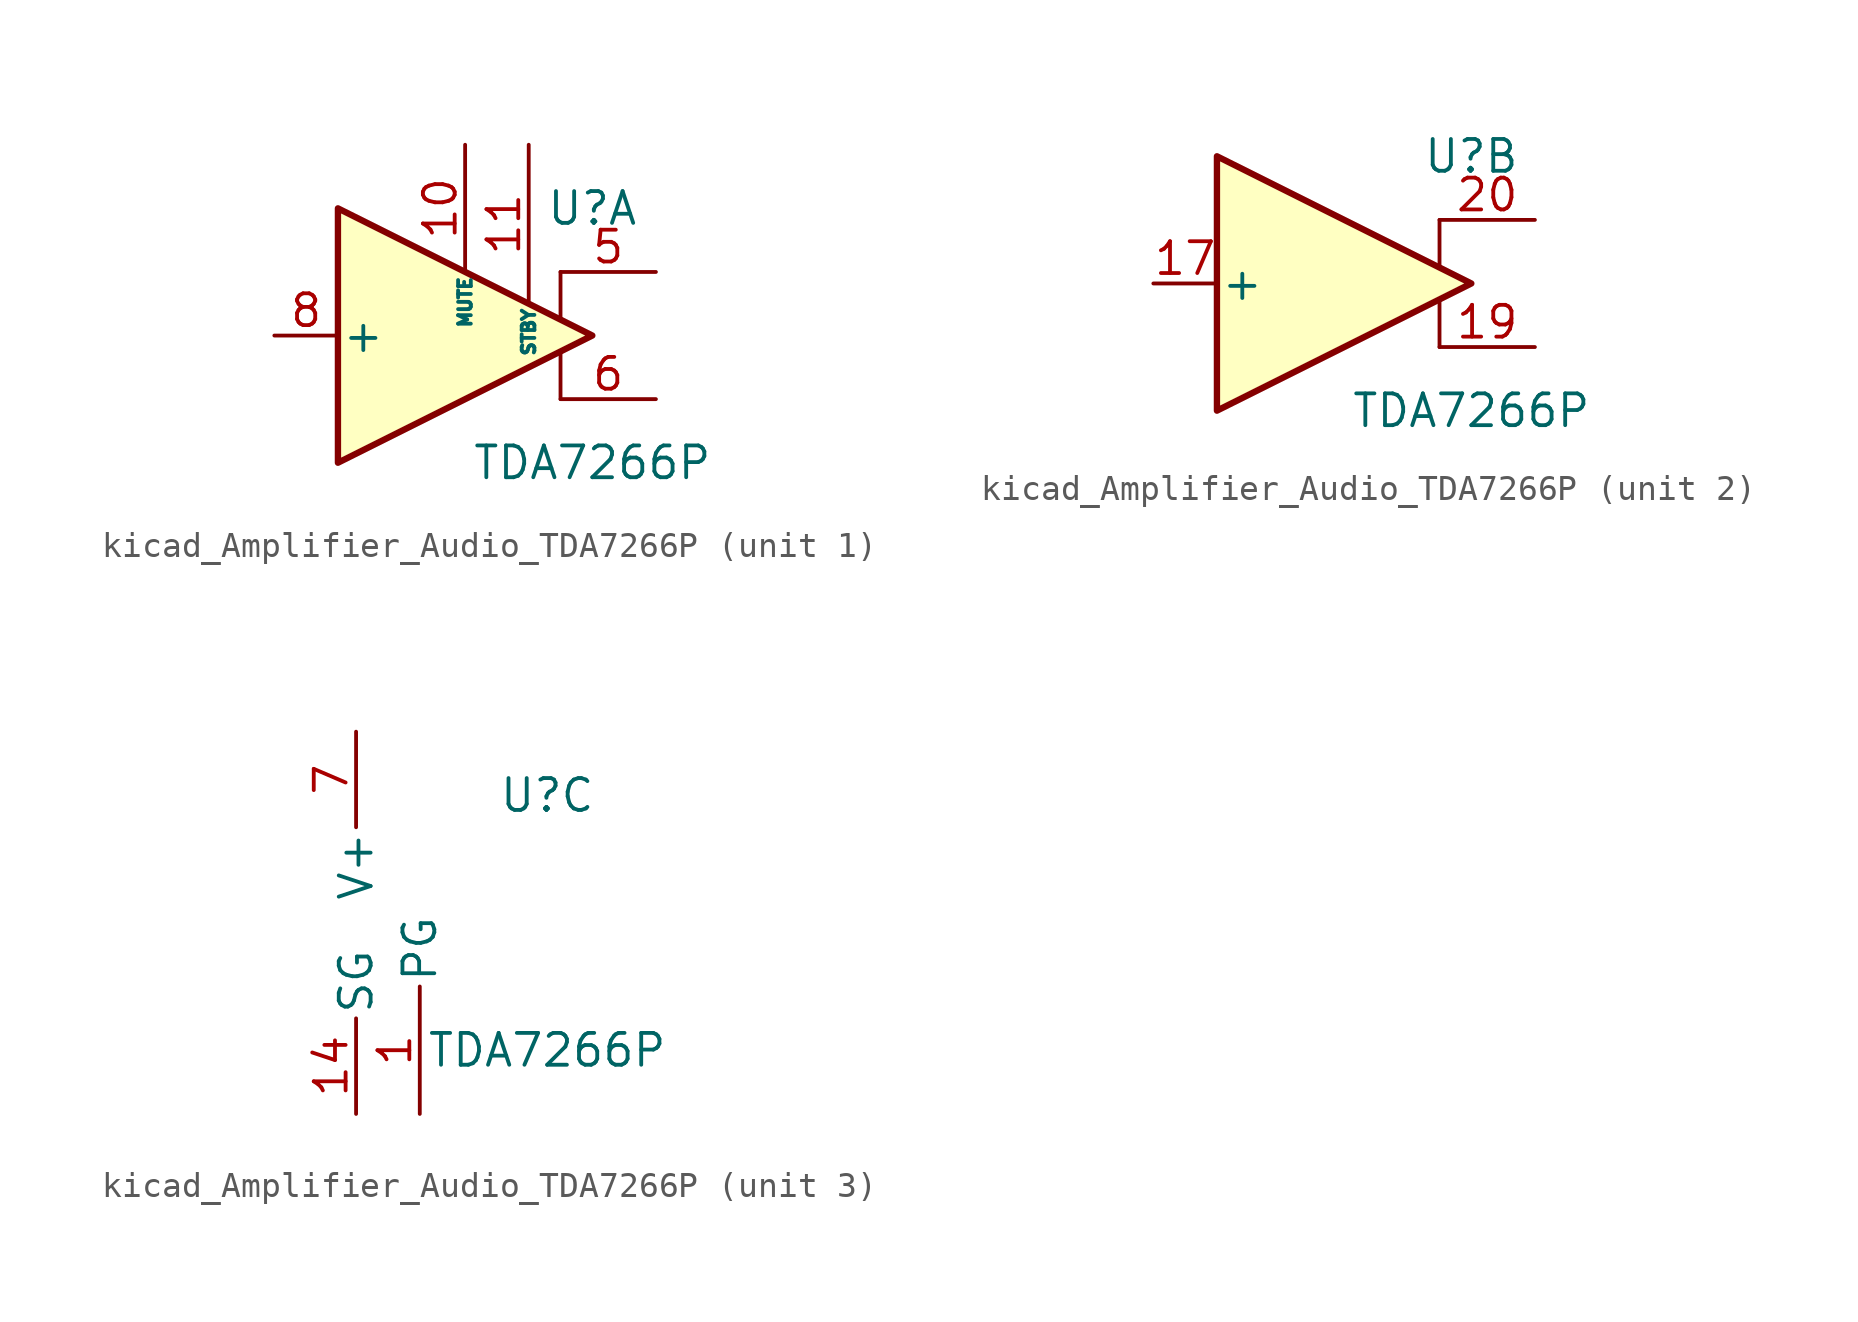
<source format=kicad_sym>
(kicad_symbol_lib
  (version 20220914)
  (generator kicad_symbol_editor)
  (symbol "kicad_Amplifier_Audio_TDA7266P"
    (pin_names
      (offset 0.127))
    (property "Reference" "U"
      (at 5.08 5.08 0)
      (effects (font (size 1.27 1.27))))
    (property "Value" "TDA7266P"
      (at 5.08 -5.08 0)
      (effects (font (size 1.27 1.27))))
    (property "ki_locked" ""
      (at 0 0 0)
      (effects (font (size 1.27 1.27))))
    (symbol "kicad_Amplifier_Audio_TDA7266P_1_1"
      (polyline (pts (xy 3.81 -0.635) (xy 3.81 -2.54)) (stroke (width 0) (type default)) (fill (type none)))
      (polyline (pts (xy 3.81 2.54) (xy 3.81 0.635)) (stroke (width 0) (type default)) (fill (type none)))
      (polyline (pts (xy 5.08 0) (xy -5.08 5.08) (xy -5.08 -5.08) (xy 5.08 0)) (stroke (width 0.254) (type default)) (fill (type background)))
      (pin input line (at 0 7.62 270) (length 5.08) (name "MUTE" (effects (font (size 0.508 0.508)))) (number "10" (effects (font (size 1.27 1.27)))))
      (pin input line (at 2.54 7.62 270) (length 6.35) (name "STBY" (effects (font (size 0.508 0.508)))) (number "11" (effects (font (size 1.27 1.27)))))
      (pin no_connect line (at -2.54 3.81 270) (length 2.54) hide (name "NC" (effects (font (size 1.27 1.27)))) (number "12" (effects (font (size 1.27 1.27)))))
      (pin no_connect line (at 0 0 270) (length 2.54) hide (name "NC" (effects (font (size 1.27 1.27)))) (number "13" (effects (font (size 1.27 1.27)))))
      (pin no_connect line (at -5.08 -1.27 270) (length 2.54) hide (name "NC" (effects (font (size 1.27 1.27)))) (number "15" (effects (font (size 1.27 1.27)))))
      (pin no_connect line (at -5.08 -5.08 90) (length 2.54) hide (name "NC" (effects (font (size 1.27 1.27)))) (number "16" (effects (font (size 1.27 1.27)))))
      (pin no_connect line (at -5.08 5.08 270) (length 2.54) hide (name "NC" (effects (font (size 1.27 1.27)))) (number "2" (effects (font (size 1.27 1.27)))))
      (pin no_connect line (at -2.54 -3.81 90) (length 2.54) hide (name "NC" (effects (font (size 1.27 1.27)))) (number "21" (effects (font (size 1.27 1.27)))))
      (pin no_connect line (at 0 -2.54 90) (length 2.54) hide (name "NC" (effects (font (size 1.27 1.27)))) (number "22" (effects (font (size 1.27 1.27)))))
      (pin no_connect line (at 2.54 -1.27 90) (length 2.54) hide (name "NC" (effects (font (size 1.27 1.27)))) (number "23" (effects (font (size 1.27 1.27)))))
      (pin no_connect line (at -5.08 2.54 270) (length 2.54) hide (name "NC" (effects (font (size 1.27 1.27)))) (number "3" (effects (font (size 1.27 1.27)))))
      (pin no_connect line (at 0 2.54 270) (length 2.54) hide (name "NC" (effects (font (size 1.27 1.27)))) (number "4" (effects (font (size 1.27 1.27)))))
      (pin output line (at 7.62 2.54 180) (length 3.81) (name "~" (effects (font (size 1.27 1.27)))) (number "5" (effects (font (size 1.27 1.27)))))
      (pin output line (at 7.62 -2.54 180) (length 3.81) (name "~" (effects (font (size 1.27 1.27)))) (number "6" (effects (font (size 1.27 1.27)))))
      (pin input line (at -7.62 0 0) (length 2.54) (name "+" (effects (font (size 1.27 1.27)))) (number "8" (effects (font (size 1.27 1.27)))))
      (pin no_connect line (at 2.54 1.27 270) (length 2.54) hide (name "NC" (effects (font (size 1.27 1.27)))) (number "9" (effects (font (size 1.27 1.27))))))
    (symbol "kicad_Amplifier_Audio_TDA7266P_2_1"
      (polyline (pts (xy 3.81 -0.635) (xy 3.81 -2.54)) (stroke (width 0) (type default)) (fill (type none)))
      (polyline (pts (xy 3.81 2.54) (xy 3.81 0.635)) (stroke (width 0) (type default)) (fill (type none)))
      (polyline (pts (xy 5.08 0) (xy -5.08 5.08) (xy -5.08 -5.08) (xy 5.08 0)) (stroke (width 0.254) (type default)) (fill (type background)))
      (pin input line (at -7.62 0 0) (length 2.54) (name "+" (effects (font (size 1.27 1.27)))) (number "17" (effects (font (size 1.27 1.27)))))
      (pin output line (at 7.62 -2.54 180) (length 3.81) (name "~" (effects (font (size 1.27 1.27)))) (number "19" (effects (font (size 1.27 1.27)))))
      (pin output line (at 7.62 2.54 180) (length 3.81) (name "~" (effects (font (size 1.27 1.27)))) (number "20" (effects (font (size 1.27 1.27))))))
    (symbol "kicad_Amplifier_Audio_TDA7266P_3_1"
      (pin power_in line (at 0 -7.62 90) (length 5.08) (name "PG" (effects (font (size 1.27 1.27)))) (number "1" (effects (font (size 1.27 1.27)))))
      (pin power_in line (at -2.54 -7.62 90) (length 3.81) (name "SG" (effects (font (size 1.27 1.27)))) (number "14" (effects (font (size 1.27 1.27)))))
      (pin passive line (at -2.54 7.62 270) (length 3.81) hide (name "V+" (effects (font (size 1.27 1.27)))) (number "18" (effects (font (size 1.27 1.27)))))
      (pin passive line (at 0 -7.62 90) (length 5.08) hide (name "PG" (effects (font (size 1.27 1.27)))) (number "24" (effects (font (size 1.27 1.27)))))
      (pin power_in line (at -2.54 7.62 270) (length 3.81) (name "V+" (effects (font (size 1.27 1.27)))) (number "7" (effects (font (size 1.27 1.27))))))))
</source>
